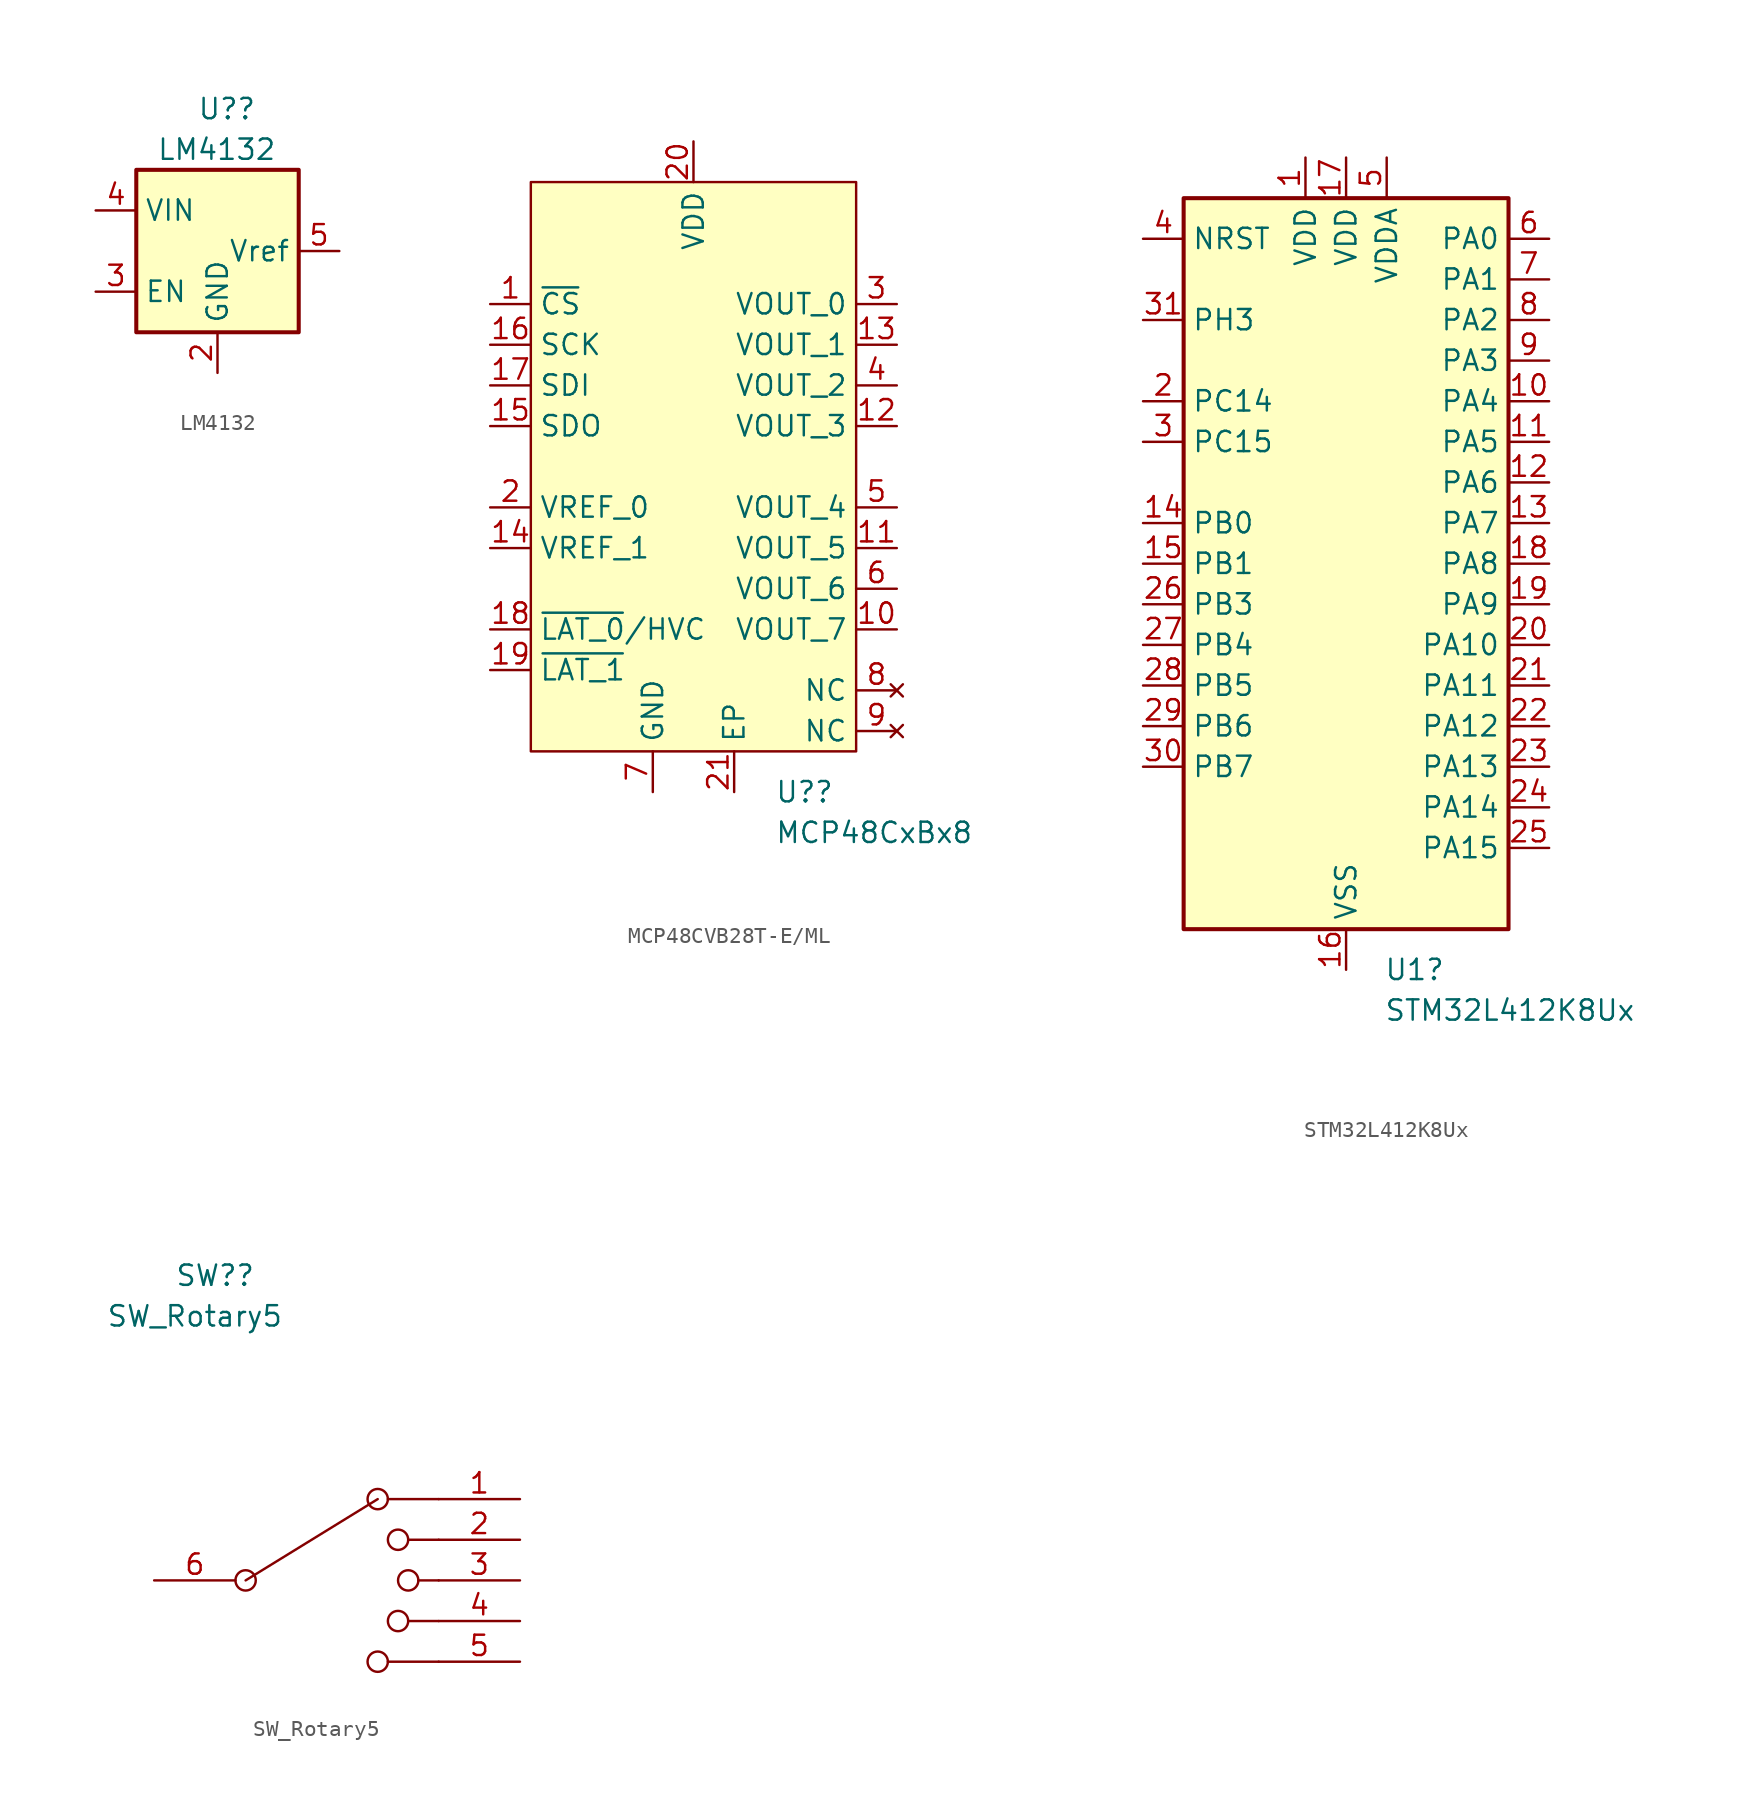
<source format=kicad_sym>
(kicad_symbol_lib
  (version 20220914)
  (generator kicad_symbol_editor)
  (symbol "LM4132"
    (property "Reference" "U?"
      (at -1.27 8.89 0)
      (effects (font (size 1.27 1.27)) (justify left)))
    (property "Value" "LM4132"
      (at -3.81 6.35 0)
      (effects (font (size 1.27 1.27)) (justify left)))
    (symbol "LM4132_0_1"
      (rectangle (start -5.08 5.08) (end 5.08 -5.08) (stroke (width 0.254) (type default)) (fill (type background))))
    (symbol "LM4132_1_1"
      (pin power_in line (at 0 -7.62 90) (length 2.54) (name "GND" (effects (font (size 1.27 1.27)))) (number "2" (effects (font (size 1.27 1.27)))))
      (pin input line (at -7.62 -2.54 0) (length 2.54) (name "EN" (effects (font (size 1.27 1.27)))) (number "3" (effects (font (size 1.27 1.27)))))
      (pin power_in line (at -7.62 2.54 0) (length 2.54) (name "VIN" (effects (font (size 1.27 1.27)))) (number "4" (effects (font (size 1.27 1.27)))))
      (pin power_out line (at 7.62 0 180) (length 2.54) (name "Vref" (effects (font (size 1.27 1.27)))) (number "5" (effects (font (size 1.27 1.27)))))))
  (symbol "MCP48CVB28T-E/ML"
    (property "Reference" "U?"
      (at 5.08 -17.78 0)
      (effects (font (size 1.27 1.27)) (justify left)))
    (property "Value" "MCP48CxBx8"
      (at 5.08 -20.32 0)
      (effects (font (size 1.27 1.27)) (justify left)))
    (symbol "MCP48CVB28T-E/ML_0_0"
      (pin input line (at -12.7 12.7 0) (length 2.54) (name "~{CS}" (effects (font (size 1.27 1.27)))) (number "1" (effects (font (size 1.27 1.27)))))
      (pin output line (at 12.7 -7.62 180) (length 2.54) (name "VOUT_7" (effects (font (size 1.27 1.27)))) (number "10" (effects (font (size 1.27 1.27)))))
      (pin output line (at 12.7 -2.54 180) (length 2.54) (name "VOUT_5" (effects (font (size 1.27 1.27)))) (number "11" (effects (font (size 1.27 1.27)))))
      (pin output line (at 12.7 5.08 180) (length 2.54) (name "VOUT_3" (effects (font (size 1.27 1.27)))) (number "12" (effects (font (size 1.27 1.27)))))
      (pin output line (at 12.7 10.16 180) (length 2.54) (name "VOUT_1" (effects (font (size 1.27 1.27)))) (number "13" (effects (font (size 1.27 1.27)))))
      (pin input line (at -12.7 -2.54 0) (length 2.54) (name "VREF_1" (effects (font (size 1.27 1.27)))) (number "14" (effects (font (size 1.27 1.27)))))
      (pin input line (at -12.7 5.08 0) (length 2.54) (name "SDO" (effects (font (size 1.27 1.27)))) (number "15" (effects (font (size 1.27 1.27)))))
      (pin input line (at -12.7 10.16 0) (length 2.54) (name "SCK" (effects (font (size 1.27 1.27)))) (number "16" (effects (font (size 1.27 1.27)))))
      (pin input line (at -12.7 7.62 0) (length 2.54) (name "SDI" (effects (font (size 1.27 1.27)))) (number "17" (effects (font (size 1.27 1.27)))))
      (pin input line (at -12.7 -7.62 0) (length 2.54) (name "~{LAT_0}/HVC" (effects (font (size 1.27 1.27)))) (number "18" (effects (font (size 1.27 1.27)))))
      (pin input line (at -12.7 -10.16 0) (length 2.54) (name "~{LAT_1}" (effects (font (size 1.27 1.27)))) (number "19" (effects (font (size 1.27 1.27)))))
      (pin bidirectional line (at -12.7 0 0) (length 2.54) (name "VREF_0" (effects (font (size 1.27 1.27)))) (number "2" (effects (font (size 1.27 1.27)))))
      (pin power_in line (at 0 22.86 270) (length 2.54) (name "VDD" (effects (font (size 1.27 1.27)))) (number "20" (effects (font (size 1.27 1.27)))))
      (pin power_in line (at 2.54 -17.78 90) (length 2.54) (name "EP" (effects (font (size 1.27 1.27)))) (number "21" (effects (font (size 1.27 1.27)))))
      (pin output line (at 12.7 12.7 180) (length 2.54) (name "VOUT_0" (effects (font (size 1.27 1.27)))) (number "3" (effects (font (size 1.27 1.27)))))
      (pin output line (at 12.7 7.62 180) (length 2.54) (name "VOUT_2" (effects (font (size 1.27 1.27)))) (number "4" (effects (font (size 1.27 1.27)))))
      (pin output line (at 12.7 0 180) (length 2.54) (name "VOUT_4" (effects (font (size 1.27 1.27)))) (number "5" (effects (font (size 1.27 1.27)))))
      (pin output line (at 12.7 -5.08 180) (length 2.54) (name "VOUT_6" (effects (font (size 1.27 1.27)))) (number "6" (effects (font (size 1.27 1.27)))))
      (pin power_in line (at -2.54 -17.78 90) (length 2.54) (name "GND" (effects (font (size 1.27 1.27)))) (number "7" (effects (font (size 1.27 1.27)))))
      (pin no_connect line (at 12.7 -11.43 180) (length 2.54) (name "NC" (effects (font (size 1.27 1.27)))) (number "8" (effects (font (size 1.27 1.27)))))
      (pin no_connect line (at 12.7 -13.97 180) (length 2.54) (name "NC" (effects (font (size 1.27 1.27)))) (number "9" (effects (font (size 1.27 1.27))))))
    (symbol "MCP48CVB28T-E/ML_0_1"
      (rectangle (start -10.16 20.32) (end 10.16 -15.24) (stroke (width 0.152) (type default)) (fill (type background)))))
  (symbol "STM32L412K8Ux"
    (property "Reference" "U1"
      (at 2.373 -25.4 0)
      (effects (font (size 1.27 1.27)) (justify left)))
    (property "Value" "STM32L412K8Ux"
      (at 2.373 -27.94 0)
      (effects (font (size 1.27 1.27)) (justify left)))
    (property "ki_locked" ""
      (at 0 0 0)
      (effects (font (size 1.27 1.27))))
    (symbol "STM32L412K8Ux_0_1"
      (rectangle (start -10.16 -22.86) (end 10.16 22.86) (stroke (width 0.254) (type default)) (fill (type background))))
    (symbol "STM32L412K8Ux_1_1"
      (pin power_in line (at -2.54 25.4 270) (length 2.54) (name "VDD" (effects (font (size 1.27 1.27)))) (number "1" (effects (font (size 1.27 1.27)))))
      (pin bidirectional line (at 12.7 10.16 180) (length 2.54) (name "PA4" (effects (font (size 1.27 1.27)))) (number "10" (effects (font (size 1.27 1.27)))) (alternate "ADC1_IN9" bidirectional line) (alternate "ADC2_IN9" bidirectional line) (alternate "COMP1_INM" bidirectional line) (alternate "LPTIM2_OUT" bidirectional line) (alternate "SPI1_NSS" bidirectional line) (alternate "USART2_CK" bidirectional line))
      (pin bidirectional line (at 12.7 7.62 180) (length 2.54) (name "PA5" (effects (font (size 1.27 1.27)))) (number "11" (effects (font (size 1.27 1.27)))) (alternate "ADC1_IN10" bidirectional line) (alternate "ADC2_IN10" bidirectional line) (alternate "COMP1_INM" bidirectional line) (alternate "LPTIM2_ETR" bidirectional line) (alternate "SPI1_SCK" bidirectional line) (alternate "TIM2_CH1" bidirectional line) (alternate "TIM2_ETR" bidirectional line))
      (pin bidirectional line (at 12.7 5.08 180) (length 2.54) (name "PA6" (effects (font (size 1.27 1.27)))) (number "12" (effects (font (size 1.27 1.27)))) (alternate "ADC1_IN11" bidirectional line) (alternate "ADC2_IN11" bidirectional line) (alternate "COMP1_OUT" bidirectional line) (alternate "LPUART1_CTS" bidirectional line) (alternate "QUADSPI_BK1_IO3" bidirectional line) (alternate "SPI1_MISO" bidirectional line) (alternate "TIM16_CH1" bidirectional line) (alternate "TIM1_BKIN" bidirectional line))
      (pin bidirectional line (at 12.7 2.54 180) (length 2.54) (name "PA7" (effects (font (size 1.27 1.27)))) (number "13" (effects (font (size 1.27 1.27)))) (alternate "ADC1_IN12" bidirectional line) (alternate "ADC2_IN12" bidirectional line) (alternate "I2C3_SCL" bidirectional line) (alternate "QUADSPI_BK1_IO2" bidirectional line) (alternate "SPI1_MOSI" bidirectional line) (alternate "TIM1_CH1N" bidirectional line))
      (pin bidirectional line (at -12.7 2.54 0) (length 2.54) (name "PB0" (effects (font (size 1.27 1.27)))) (number "14" (effects (font (size 1.27 1.27)))) (alternate "ADC1_IN15" bidirectional line) (alternate "ADC2_IN15" bidirectional line) (alternate "COMP1_OUT" bidirectional line) (alternate "QUADSPI_BK1_IO1" bidirectional line) (alternate "SPI1_NSS" bidirectional line) (alternate "SYS_TRACED0" bidirectional line) (alternate "TIM1_CH2N" bidirectional line))
      (pin bidirectional line (at -12.7 0 0) (length 2.54) (name "PB1" (effects (font (size 1.27 1.27)))) (number "15" (effects (font (size 1.27 1.27)))) (alternate "ADC1_IN16" bidirectional line) (alternate "ADC2_IN16" bidirectional line) (alternate "COMP1_INM" bidirectional line) (alternate "LPTIM2_IN1" bidirectional line) (alternate "LPUART1_DE" bidirectional line) (alternate "LPUART1_RTS" bidirectional line) (alternate "QUADSPI_BK1_IO0" bidirectional line) (alternate "SYS_TRACED1" bidirectional line) (alternate "TIM1_CH3N" bidirectional line))
      (pin power_in line (at 0 -25.4 90) (length 2.54) (name "VSS" (effects (font (size 1.27 1.27)))) (number "16" (effects (font (size 1.27 1.27)))))
      (pin power_in line (at 0 25.4 270) (length 2.54) (name "VDD" (effects (font (size 1.27 1.27)))) (number "17" (effects (font (size 1.27 1.27)))))
      (pin bidirectional line (at 12.7 0 180) (length 2.54) (name "PA8" (effects (font (size 1.27 1.27)))) (number "18" (effects (font (size 1.27 1.27)))) (alternate "LPTIM2_OUT" bidirectional line) (alternate "RCC_MCO" bidirectional line) (alternate "TIM1_CH1" bidirectional line) (alternate "USART1_CK" bidirectional line))
      (pin bidirectional line (at 12.7 -2.54 180) (length 2.54) (name "PA9" (effects (font (size 1.27 1.27)))) (number "19" (effects (font (size 1.27 1.27)))) (alternate "I2C1_SCL" bidirectional line) (alternate "TIM15_BKIN" bidirectional line) (alternate "TIM1_CH2" bidirectional line) (alternate "USART1_TX" bidirectional line))
      (pin bidirectional line (at -12.7 10.16 0) (length 2.54) (name "PC14" (effects (font (size 1.27 1.27)))) (number "2" (effects (font (size 1.27 1.27)))) (alternate "RCC_OSC32_IN" bidirectional line))
      (pin bidirectional line (at 12.7 -5.08 180) (length 2.54) (name "PA10" (effects (font (size 1.27 1.27)))) (number "20" (effects (font (size 1.27 1.27)))) (alternate "CRS_SYNC" bidirectional line) (alternate "I2C1_SDA" bidirectional line) (alternate "TIM1_CH3" bidirectional line) (alternate "USART1_RX" bidirectional line))
      (pin bidirectional line (at 12.7 -7.62 180) (length 2.54) (name "PA11" (effects (font (size 1.27 1.27)))) (number "21" (effects (font (size 1.27 1.27)))) (alternate "ADC1_EXTI11" bidirectional line) (alternate "ADC2_EXTI11" bidirectional line) (alternate "COMP1_OUT" bidirectional line) (alternate "SPI1_MISO" bidirectional line) (alternate "TIM1_BKIN2" bidirectional line) (alternate "TIM1_BKIN2_COMP1" bidirectional line) (alternate "TIM1_CH4" bidirectional line) (alternate "USART1_CTS" bidirectional line) (alternate "USB_DM" bidirectional line))
      (pin bidirectional line (at 12.7 -10.16 180) (length 2.54) (name "PA12" (effects (font (size 1.27 1.27)))) (number "22" (effects (font (size 1.27 1.27)))) (alternate "SPI1_MOSI" bidirectional line) (alternate "TIM1_ETR" bidirectional line) (alternate "USART1_DE" bidirectional line) (alternate "USART1_RTS" bidirectional line) (alternate "USB_DP" bidirectional line))
      (pin bidirectional line (at 12.7 -12.7 180) (length 2.54) (name "PA13" (effects (font (size 1.27 1.27)))) (number "23" (effects (font (size 1.27 1.27)))) (alternate "IR_OUT" bidirectional line) (alternate "SYS_JTMS-SWDIO" bidirectional line) (alternate "USB_NOE" bidirectional line))
      (pin bidirectional line (at 12.7 -15.24 180) (length 2.54) (name "PA14" (effects (font (size 1.27 1.27)))) (number "24" (effects (font (size 1.27 1.27)))) (alternate "I2C1_SMBA" bidirectional line) (alternate "LPTIM1_OUT" bidirectional line) (alternate "SYS_JTCK-SWCLK" bidirectional line))
      (pin bidirectional line (at 12.7 -17.78 180) (length 2.54) (name "PA15" (effects (font (size 1.27 1.27)))) (number "25" (effects (font (size 1.27 1.27)))) (alternate "ADC1_EXTI15" bidirectional line) (alternate "ADC2_EXTI15" bidirectional line) (alternate "SPI1_NSS" bidirectional line) (alternate "SYS_JTDI" bidirectional line) (alternate "TIM2_CH1" bidirectional line) (alternate "TIM2_ETR" bidirectional line) (alternate "USART2_RX" bidirectional line))
      (pin bidirectional line (at -12.7 -2.54 0) (length 2.54) (name "PB3" (effects (font (size 1.27 1.27)))) (number "26" (effects (font (size 1.27 1.27)))) (alternate "SPI1_SCK" bidirectional line) (alternate "SYS_JTDO-SWO" bidirectional line) (alternate "TIM2_CH2" bidirectional line) (alternate "USART1_DE" bidirectional line) (alternate "USART1_RTS" bidirectional line))
      (pin bidirectional line (at -12.7 -5.08 0) (length 2.54) (name "PB4" (effects (font (size 1.27 1.27)))) (number "27" (effects (font (size 1.27 1.27)))) (alternate "I2C3_SDA" bidirectional line) (alternate "SPI1_MISO" bidirectional line) (alternate "SYS_JTRST" bidirectional line) (alternate "TSC_G2_IO1" bidirectional line) (alternate "USART1_CTS" bidirectional line))
      (pin bidirectional line (at -12.7 -7.62 0) (length 2.54) (name "PB5" (effects (font (size 1.27 1.27)))) (number "28" (effects (font (size 1.27 1.27)))) (alternate "I2C1_SMBA" bidirectional line) (alternate "LPTIM1_IN1" bidirectional line) (alternate "SPI1_MOSI" bidirectional line) (alternate "SYS_TRACED2" bidirectional line) (alternate "TIM16_BKIN" bidirectional line) (alternate "TSC_G2_IO2" bidirectional line) (alternate "USART1_CK" bidirectional line))
      (pin bidirectional line (at -12.7 -10.16 0) (length 2.54) (name "PB6" (effects (font (size 1.27 1.27)))) (number "29" (effects (font (size 1.27 1.27)))) (alternate "I2C1_SCL" bidirectional line) (alternate "LPTIM1_ETR" bidirectional line) (alternate "SYS_TRACED3" bidirectional line) (alternate "TIM16_CH1N" bidirectional line) (alternate "TSC_G2_IO3" bidirectional line) (alternate "USART1_TX" bidirectional line))
      (pin bidirectional line (at -12.7 7.62 0) (length 2.54) (name "PC15" (effects (font (size 1.27 1.27)))) (number "3" (effects (font (size 1.27 1.27)))) (alternate "ADC1_EXTI15" bidirectional line) (alternate "ADC2_EXTI15" bidirectional line) (alternate "RCC_OSC32_OUT" bidirectional line))
      (pin bidirectional line (at -12.7 -12.7 0) (length 2.54) (name "PB7" (effects (font (size 1.27 1.27)))) (number "30" (effects (font (size 1.27 1.27)))) (alternate "I2C1_SDA" bidirectional line) (alternate "LPTIM1_IN2" bidirectional line) (alternate "SYS_PVD_IN" bidirectional line) (alternate "SYS_TRACECLK" bidirectional line) (alternate "TSC_G2_IO4" bidirectional line) (alternate "USART1_RX" bidirectional line))
      (pin bidirectional line (at -12.7 15.24 0) (length 2.54) (name "PH3" (effects (font (size 1.27 1.27)))) (number "31" (effects (font (size 1.27 1.27)))))
      (pin passive line (at 0 -25.4 90) (length 2.54) hide (name "VSS" (effects (font (size 1.27 1.27)))) (number "32" (effects (font (size 1.27 1.27)))))
      (pin passive line (at 0 -25.4 90) (length 2.54) hide (name "VSS" (effects (font (size 1.27 1.27)))) (number "33" (effects (font (size 1.27 1.27)))))
      (pin input line (at -12.7 20.32 0) (length 2.54) (name "NRST" (effects (font (size 1.27 1.27)))) (number "4" (effects (font (size 1.27 1.27)))))
      (pin power_in line (at 2.54 25.4 270) (length 2.54) (name "VDDA" (effects (font (size 1.27 1.27)))) (number "5" (effects (font (size 1.27 1.27)))))
      (pin bidirectional line (at 12.7 20.32 180) (length 2.54) (name "PA0" (effects (font (size 1.27 1.27)))) (number "6" (effects (font (size 1.27 1.27)))) (alternate "ADC1_IN5" bidirectional line) (alternate "COMP1_INM" bidirectional line) (alternate "COMP1_OUT" bidirectional line) (alternate "OPAMP1_VINP" bidirectional line) (alternate "RCC_CK_IN" bidirectional line) (alternate "RTC_TAMP2" bidirectional line) (alternate "SYS_WKUP1" bidirectional line) (alternate "TIM2_CH1" bidirectional line) (alternate "TIM2_ETR" bidirectional line) (alternate "USART2_CTS" bidirectional line))
      (pin bidirectional line (at 12.7 17.78 180) (length 2.54) (name "PA1" (effects (font (size 1.27 1.27)))) (number "7" (effects (font (size 1.27 1.27)))) (alternate "ADC1_IN6" bidirectional line) (alternate "COMP1_INP" bidirectional line) (alternate "I2C1_SMBA" bidirectional line) (alternate "OPAMP1_VINM" bidirectional line) (alternate "SPI1_SCK" bidirectional line) (alternate "TIM15_CH1N" bidirectional line) (alternate "TIM2_CH2" bidirectional line) (alternate "USART2_DE" bidirectional line) (alternate "USART2_RTS" bidirectional line))
      (pin bidirectional line (at 12.7 15.24 180) (length 2.54) (name "PA2" (effects (font (size 1.27 1.27)))) (number "8" (effects (font (size 1.27 1.27)))) (alternate "ADC1_IN7" bidirectional line) (alternate "ADC2_IN7" bidirectional line) (alternate "LPUART1_TX" bidirectional line) (alternate "QUADSPI_BK1_NCS" bidirectional line) (alternate "RCC_LSCO" bidirectional line) (alternate "SYS_WKUP4" bidirectional line) (alternate "TIM15_CH1" bidirectional line) (alternate "TIM2_CH3" bidirectional line) (alternate "USART2_TX" bidirectional line))
      (pin bidirectional line (at 12.7 12.7 180) (length 2.54) (name "PA3" (effects (font (size 1.27 1.27)))) (number "9" (effects (font (size 1.27 1.27)))) (alternate "ADC1_IN8" bidirectional line) (alternate "ADC2_IN8" bidirectional line) (alternate "LPUART1_RX" bidirectional line) (alternate "OPAMP1_VOUT" bidirectional line) (alternate "QUADSPI_CLK" bidirectional line) (alternate "TIM15_CH2" bidirectional line) (alternate "TIM2_CH4" bidirectional line) (alternate "USART2_RX" bidirectional line))))
  (symbol "SW_Rotary5"
    (pin_names
      (offset 1.016) hide)
    (property "Reference" "SW?"
      (at -6.35 19.05 0)
      (effects (font (size 1.27 1.27))))
    (property "Value" "SW_Rotary5"
      (at -7.62 16.51 0)
      (effects (font (size 1.27 1.27))))
    (symbol "SW_Rotary5_0_0"
      (circle (center -4.445 0) (radius 0.635) (stroke (width 0) (type default)) (fill (type none)))
      (polyline (pts (xy -4.445 0) (xy 3.81 5.08)) (stroke (width 0) (type default)) (fill (type none)))
      (polyline (pts (xy 4.445 -5.08) (xy 7.62 -5.08)) (stroke (width 0) (type default)) (fill (type none)))
      (polyline (pts (xy 4.445 5.08) (xy 7.62 5.08)) (stroke (width 0) (type default)) (fill (type none)))
      (polyline (pts (xy 5.715 -2.54) (xy 7.62 -2.54)) (stroke (width 0) (type default)) (fill (type none)))
      (polyline (pts (xy 5.715 2.54) (xy 7.62 2.54)) (stroke (width 0) (type default)) (fill (type none)))
      (polyline (pts (xy 6.35 0) (xy 7.62 0)) (stroke (width 0) (type default)) (fill (type none)))
      (circle (center 3.81 -5.08) (radius 0.635) (stroke (width 0) (type default)) (fill (type none)))
      (circle (center 3.81 5.08) (radius 0.635) (stroke (width 0) (type default)) (fill (type none)))
      (circle (center 5.08 -2.54) (radius 0.635) (stroke (width 0) (type default)) (fill (type none)))
      (circle (center 5.08 2.54) (radius 0.635) (stroke (width 0) (type default)) (fill (type none)))
      (circle (center 5.715 0) (radius 0.635) (stroke (width 0) (type default)) (fill (type none))))
    (symbol "SW_Rotary5_1_1"
      (pin passive line (at 12.7 5.08 180) (length 5.08) (name "1" (effects (font (size 1.27 1.27)))) (number "1" (effects (font (size 1.27 1.27)))))
      (pin passive line (at 12.7 2.54 180) (length 5.08) (name "2" (effects (font (size 1.27 1.27)))) (number "2" (effects (font (size 1.27 1.27)))))
      (pin passive line (at 12.7 0 180) (length 5.08) (name "3" (effects (font (size 1.27 1.27)))) (number "3" (effects (font (size 1.27 1.27)))))
      (pin passive line (at 12.7 -2.54 180) (length 5.08) (name "4" (effects (font (size 1.27 1.27)))) (number "4" (effects (font (size 1.27 1.27)))))
      (pin passive line (at 12.7 -5.08 180) (length 5.08) (name "5" (effects (font (size 1.27 1.27)))) (number "5" (effects (font (size 1.27 1.27)))))
      (pin passive line (at -10.16 0 0) (length 5.08) (name "6" (effects (font (size 1.27 1.27)))) (number "6" (effects (font (size 1.27 1.27))))))))
</source>
